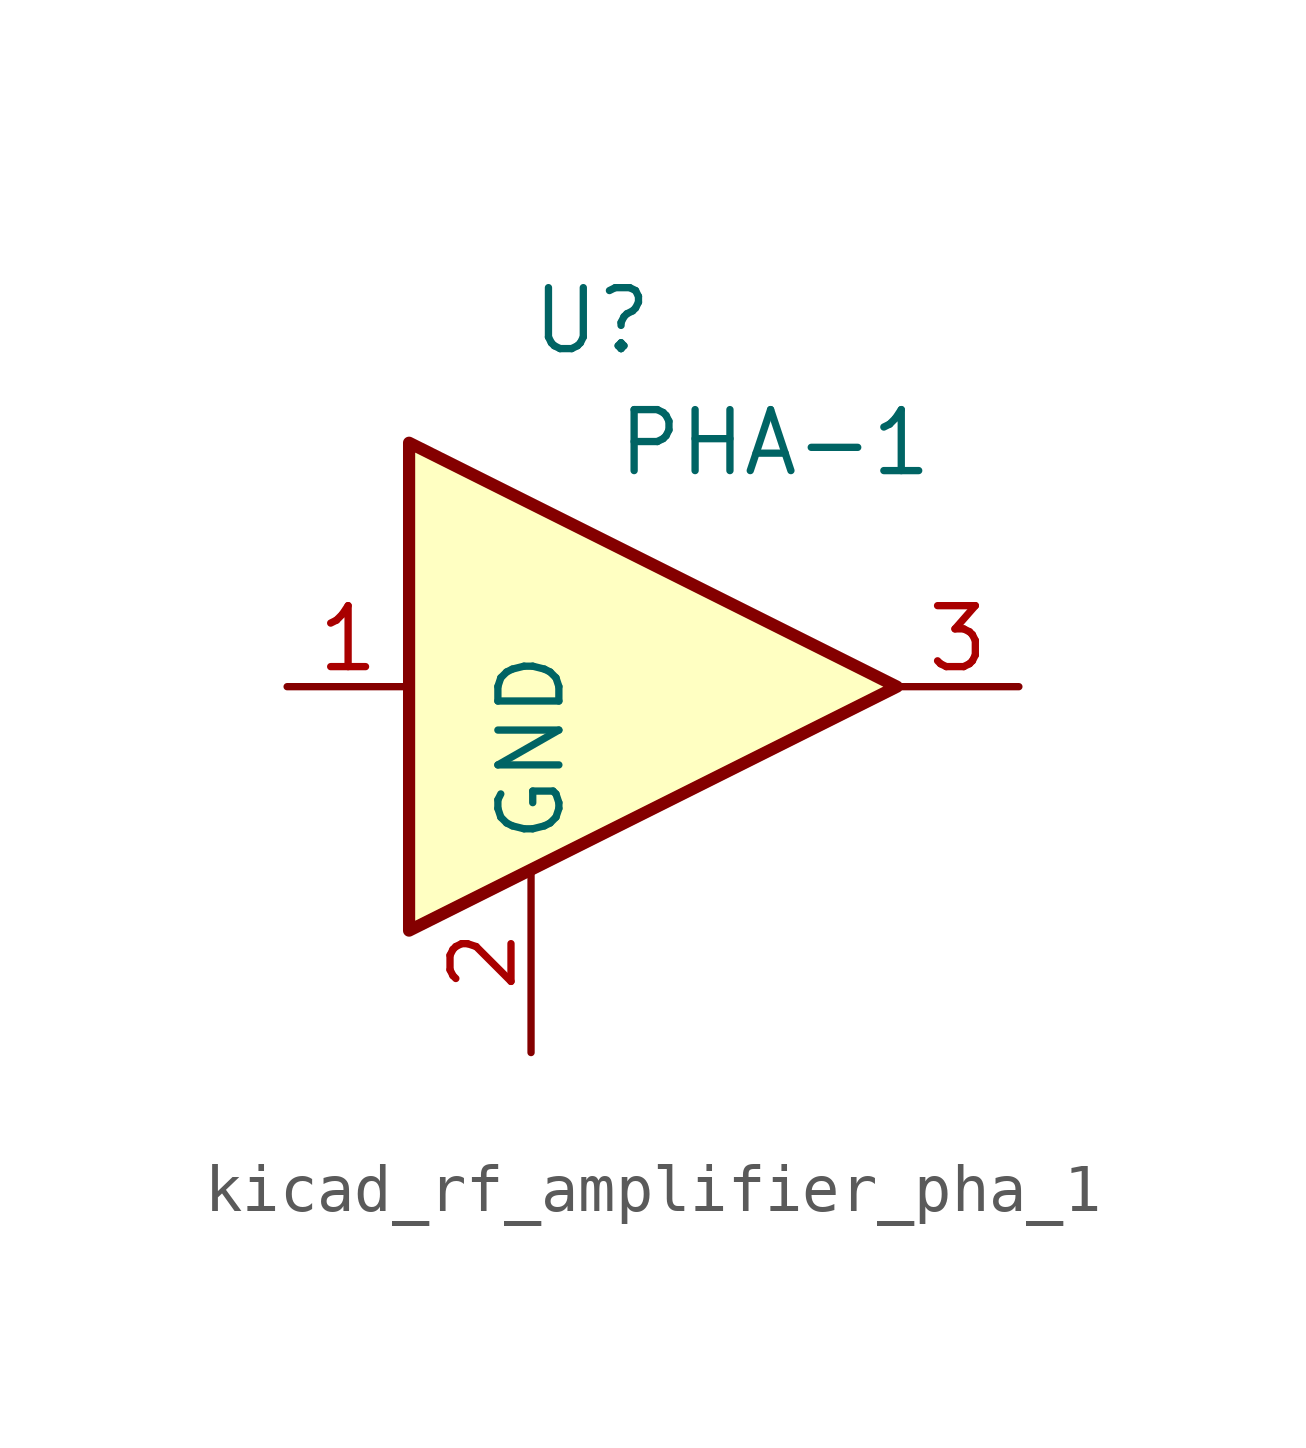
<source format=kicad_sym>
(kicad_symbol_lib
  (version 20220914)
  (generator kicad_symbol_editor)
  (symbol "kicad_rf_amplifier_pha_1"
    (property "Reference" "U"
      (at -1.27 7.62 0)
      (effects (font (size 1.27 1.27))))
    (property "Value" "PHA-1"
      (at 2.54 5.08 0)
      (effects (font (size 1.27 1.27))))
    (symbol "kicad_rf_amplifier_pha_1_0_1"
      (polyline (pts (xy 5.08 0) (xy -5.08 5.08) (xy -5.08 -5.08) (xy 5.08 0)) (stroke (width 0.254) (type default)) (fill (type background))))
    (symbol "kicad_rf_amplifier_pha_1_1_1"
      (pin input line (at -7.62 0 0) (length 2.54) (name "~" (effects (font (size 1.27 1.27)))) (number "1" (effects (font (size 1.27 1.27)))))
      (pin power_in line (at -2.54 -7.62 90) (length 3.81) (name "GND" (effects (font (size 1.27 1.27)))) (number "2" (effects (font (size 1.27 1.27)))))
      (pin output line (at 7.62 0 180) (length 2.54) (name "~" (effects (font (size 1.27 1.27)))) (number "3" (effects (font (size 1.27 1.27))))))))
</source>
